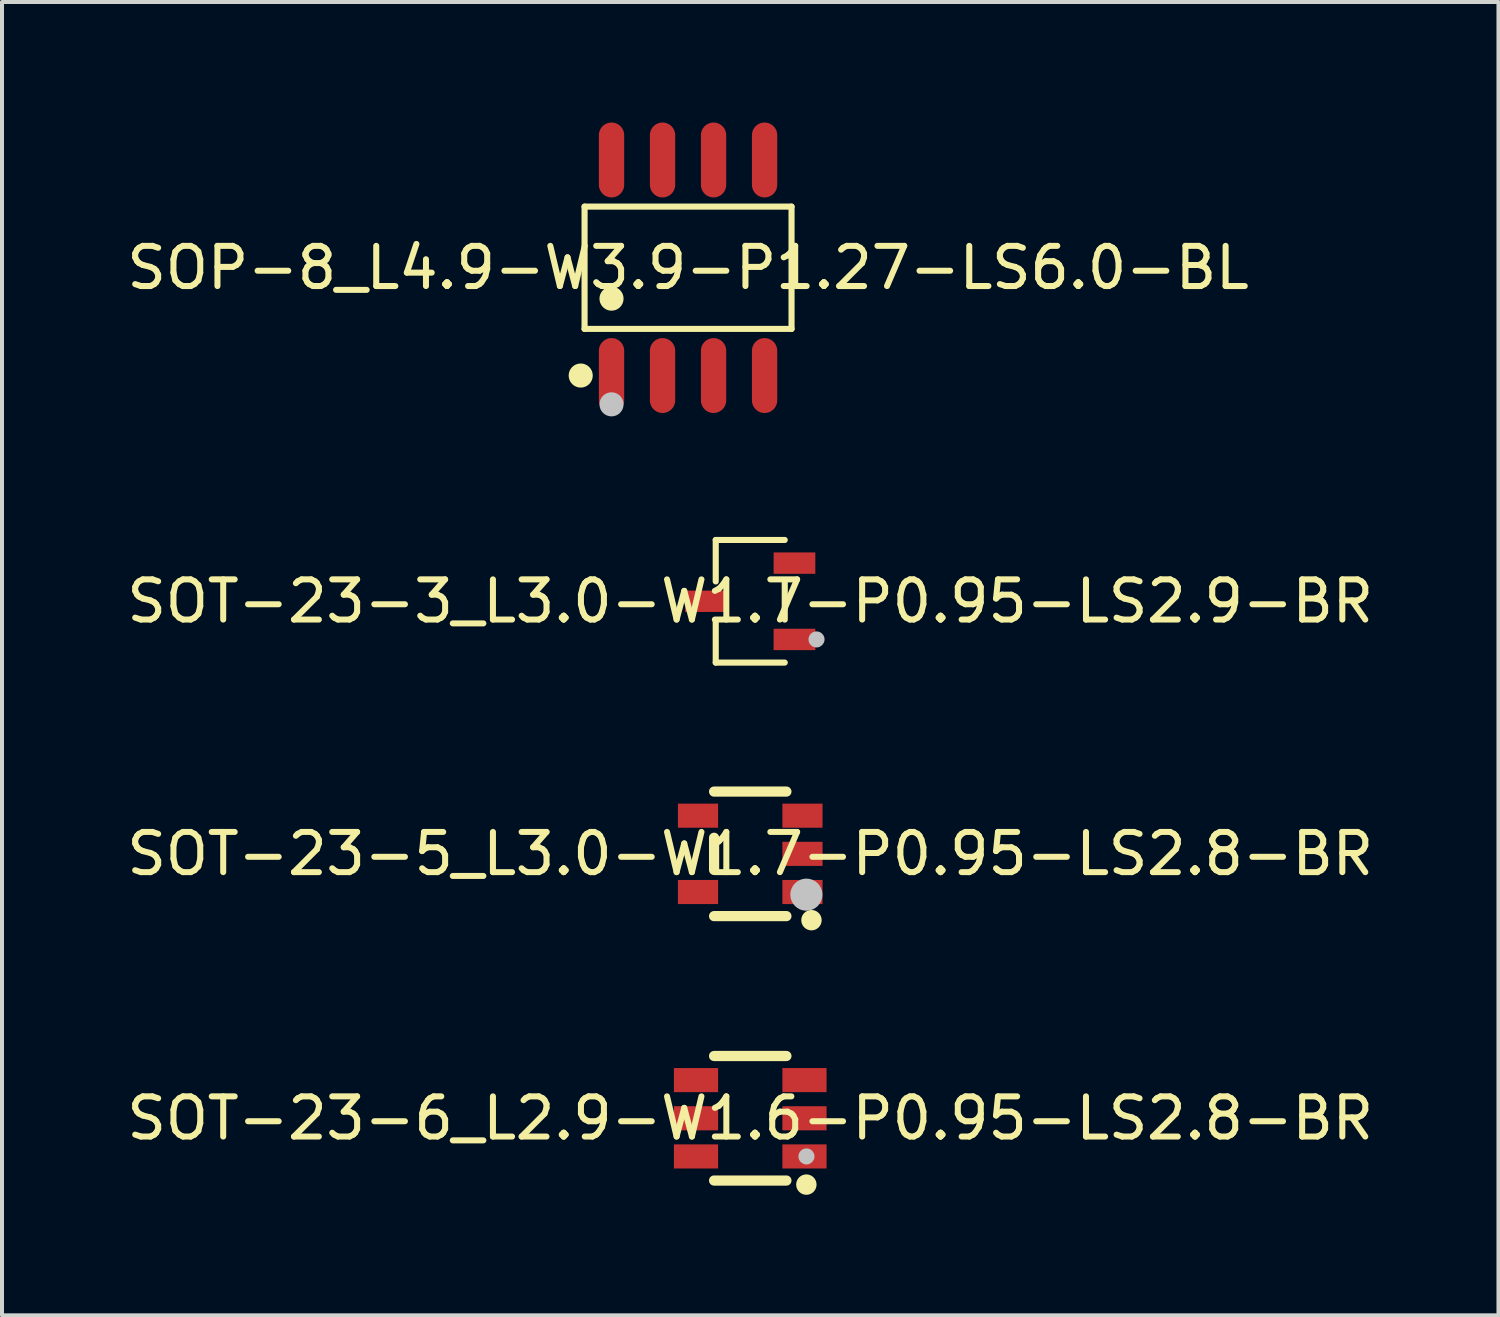
<source format=kicad_pcb>
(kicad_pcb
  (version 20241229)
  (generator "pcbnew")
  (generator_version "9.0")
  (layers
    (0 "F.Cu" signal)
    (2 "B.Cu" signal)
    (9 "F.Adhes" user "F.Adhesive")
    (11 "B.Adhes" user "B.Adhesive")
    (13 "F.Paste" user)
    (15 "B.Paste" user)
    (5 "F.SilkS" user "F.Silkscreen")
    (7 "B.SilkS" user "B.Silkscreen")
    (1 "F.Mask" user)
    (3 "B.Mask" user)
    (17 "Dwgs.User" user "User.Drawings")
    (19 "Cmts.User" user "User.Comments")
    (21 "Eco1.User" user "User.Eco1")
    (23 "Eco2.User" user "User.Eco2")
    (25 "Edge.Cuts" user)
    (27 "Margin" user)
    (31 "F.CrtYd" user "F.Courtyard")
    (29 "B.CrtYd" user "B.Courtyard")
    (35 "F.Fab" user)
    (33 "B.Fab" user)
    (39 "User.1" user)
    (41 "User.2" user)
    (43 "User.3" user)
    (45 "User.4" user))
  (footprint "SOP-8_L4.9-W3.9-P1.27-LS6.0-BL"
    (layer "F.Cu")
    (at 14.077 3.615)
    (property "Reference" "SOP-8_L4.9-W3.9-P1.27-LS6.0-BL" (at 0 0 0) (unlocked yes) (layer "F.SilkS") (effects (font (size 1 1) (thickness 0.15))))
    (fp_line (start -2.576 -1.522) (end 2.576 -1.522) (stroke (width 0.152) (type default)) (layer "F.SilkS"))
    (fp_line (start -2.576 1.522) (end -2.576 -1.522) (stroke (width 0.152) (type default)) (layer "F.SilkS"))
    (fp_line (start 2.576 -1.522) (end 2.576 1.522) (stroke (width 0.152) (type default)) (layer "F.SilkS"))
    (fp_line (start 2.576 1.522) (end -2.576 1.522) (stroke (width 0.152) (type default)) (layer "F.SilkS"))
    (fp_circle (center -2.672 2.683) (end -2.522 2.683) (stroke (width 0.3) (type default)) (fill no) (layer "F.SilkS"))
    (fp_circle (center -1.905 0.769) (end -1.755 0.769) (stroke (width 0.3) (type default)) (fill no) (layer "F.SilkS"))
    (fp_circle (center -1.905 3.4) (end -1.755 3.4) (stroke (width 0.3) (type default)) (fill no) (layer "Dwgs.User"))
    (fp_poly (pts (xy -2.115 -2.165) (xy -2.115 -3) (xy -1.695 -3) (xy -1.695 -2.165)) (stroke (width 0.1) (type default)) (fill no) (layer "User.1"))
    (fp_poly (pts (xy -2.115 -1.94) (xy -2.115 -2.175) (xy -1.695 -2.175) (xy -1.695 -1.94)) (stroke (width 0.1) (type default)) (fill no) (layer "User.1"))
    (fp_poly (pts (xy -2.115 2.175) (xy -2.115 1.94) (xy -1.695 1.94) (xy -1.695 2.175)) (stroke (width 0.1) (type default)) (fill no) (layer "User.1"))
    (fp_poly (pts (xy -2.115 3) (xy -2.115 2.165) (xy -1.695 2.165) (xy -1.695 3)) (stroke (width 0.1) (type default)) (fill no) (layer "User.1"))
    (fp_poly (pts (xy -0.845 -2.165) (xy -0.845 -3) (xy -0.425 -3) (xy -0.425 -2.165)) (stroke (width 0.1) (type default)) (fill no) (layer "User.1"))
    (fp_poly (pts (xy -0.845 -1.94) (xy -0.845 -2.175) (xy -0.425 -2.175) (xy -0.425 -1.94)) (stroke (width 0.1) (type default)) (fill no) (layer "User.1"))
    (fp_poly (pts (xy -0.845 2.175) (xy -0.845 1.94) (xy -0.425 1.94) (xy -0.425 2.175)) (stroke (width 0.1) (type default)) (fill no) (layer "User.1"))
    (fp_poly (pts (xy -0.845 3) (xy -0.845 2.165) (xy -0.425 2.165) (xy -0.425 3)) (stroke (width 0.1) (type default)) (fill no) (layer "User.1"))
    (fp_poly (pts (xy 0.425 -2.165) (xy 0.425 -3) (xy 0.845 -3) (xy 0.845 -2.165)) (stroke (width 0.1) (type default)) (fill no) (layer "User.1"))
    (fp_poly (pts (xy 0.425 -1.94) (xy 0.425 -2.175) (xy 0.845 -2.175) (xy 0.845 -1.94)) (stroke (width 0.1) (type default)) (fill no) (layer "User.1"))
    (fp_poly (pts (xy 0.425 2.175) (xy 0.425 1.94) (xy 0.845 1.94) (xy 0.845 2.175)) (stroke (width 0.1) (type default)) (fill no) (layer "User.1"))
    (fp_poly (pts (xy 0.425 3) (xy 0.425 2.165) (xy 0.845 2.165) (xy 0.845 3)) (stroke (width 0.1) (type default)) (fill no) (layer "User.1"))
    (fp_poly (pts (xy 1.695 -2.165) (xy 1.695 -3) (xy 2.115 -3) (xy 2.115 -2.165)) (stroke (width 0.1) (type default)) (fill no) (layer "User.1"))
    (fp_poly (pts (xy 1.695 -1.94) (xy 1.695 -2.175) (xy 2.115 -2.175) (xy 2.115 -1.94)) (stroke (width 0.1) (type default)) (fill no) (layer "User.1"))
    (fp_poly (pts (xy 1.695 2.175) (xy 1.695 1.94) (xy 2.115 1.94) (xy 2.115 2.175)) (stroke (width 0.1) (type default)) (fill no) (layer "User.1"))
    (fp_poly (pts (xy 1.695 3) (xy 1.695 2.165) (xy 2.115 2.165) (xy 2.115 3)) (stroke (width 0.1) (type default)) (fill no) (layer "User.1"))
    (fp_line (start -2.45 -1.95) (end 2.45 -1.95) (stroke (width 0.051) (type default)) (layer "User.2"))
    (fp_line (start -2.45 1.95) (end -2.45 -1.95) (stroke (width 0.051) (type default)) (layer "User.2"))
    (fp_line (start 2.45 -1.95) (end 2.45 1.95) (stroke (width 0.051) (type default)) (layer "User.2"))
    (fp_line (start 2.45 1.95) (end -2.45 1.95) (stroke (width 0.051) (type default)) (layer "User.2"))
    (fp_poly (pts (xy -2.39 3) (xy -2.408 2.958) (xy -2.45 2.94) (xy -2.492 2.958) (xy -2.51 3) (xy -2.492 3.042) (xy -2.45 3.06) (xy -2.408 3.042)) (stroke (width 0.1) (type default)) (fill no) (layer "User.3"))
    (pad "1" smd oval (at -1.905 2.683) (size 0.63 1.865) (layers "F.Cu" "F.Mask" "F.Paste"))
    (pad "2" smd oval (at -0.635 2.683) (size 0.63 1.865) (layers "F.Cu" "F.Mask" "F.Paste"))
    (pad "3" smd oval (at 0.635 2.683) (size 0.63 1.865) (layers "F.Cu" "F.Mask" "F.Paste"))
    (pad "4" smd oval (at 1.905 2.683) (size 0.63 1.865) (layers "F.Cu" "F.Mask" "F.Paste"))
    (pad "5" smd oval (at 1.905 -2.683) (size 0.63 1.865) (layers "F.Cu" "F.Mask" "F.Paste"))
    (pad "6" smd oval (at 0.635 -2.683) (size 0.63 1.865) (layers "F.Cu" "F.Mask" "F.Paste"))
    (pad "7" smd oval (at -0.635 -2.683) (size 0.63 1.865) (layers "F.Cu" "F.Mask" "F.Paste"))
    (pad "8" smd oval (at -1.905 -2.683) (size 0.63 1.865) (layers "F.Cu" "F.Mask" "F.Paste")))
  (footprint "SOT-23-6_L2.9-W1.6-P0.95-LS2.8-BR"
    (layer "F.Cu")
    (at 15.625 24.786)
    (property "Reference" "SOT-23-6_L2.9-W1.6-P0.95-LS2.8-BR" (at 0 0 0) (unlocked yes) (layer "F.SilkS") (effects (font (size 1 1) (thickness 0.15))))
    (fp_line (start -0.9 -1.55) (end 0.9 -1.55) (stroke (width 0.254) (type default)) (layer "F.SilkS"))
    (fp_line (start -0.9 1.55) (end 0.9 1.55) (stroke (width 0.254) (type default)) (layer "F.SilkS"))
    (fp_circle (center 1.397 1.651) (end 1.524 1.651) (stroke (width 0.254) (type default)) (fill no) (layer "F.SilkS"))
    (fp_circle (center 1.4 0.95) (end 1.5 0.95) (stroke (width 0.2) (type default)) (fill no) (layer "Dwgs.User"))
    (fp_poly (pts (xy -0.935 -0.735) (xy -0.935 -1.165) (xy -0.79 -1.165) (xy -0.79 -0.735)) (stroke (width 0.1) (type default)) (fill no) (layer "User.1"))
    (fp_poly (pts (xy -0.935 0.215) (xy -0.935 -0.215) (xy -0.79 -0.215) (xy -0.79 0.215)) (stroke (width 0.1) (type default)) (fill no) (layer "User.1"))
    (fp_poly (pts (xy -0.935 1.165) (xy -0.935 0.735) (xy -0.79 0.735) (xy -0.79 1.165)) (stroke (width 0.1) (type default)) (fill no) (layer "User.1"))
    (fp_poly (pts (xy -0.925 -0.735) (xy -0.925 -1.165) (xy -1.4 -1.165) (xy -1.4 -0.735)) (stroke (width 0.1) (type default)) (fill no) (layer "User.1"))
    (fp_poly (pts (xy -0.925 0.215) (xy -0.925 -0.215) (xy -1.4 -0.215) (xy -1.4 0.215)) (stroke (width 0.1) (type default)) (fill no) (layer "User.1"))
    (fp_poly (pts (xy -0.925 1.165) (xy -0.925 0.735) (xy -1.4 0.735) (xy -1.4 1.165)) (stroke (width 0.1) (type default)) (fill no) (layer "User.1"))
    (fp_poly (pts (xy 0.925 -0.735) (xy 0.925 -1.165) (xy 1.4 -1.165) (xy 1.4 -0.735)) (stroke (width 0.1) (type default)) (fill no) (layer "User.1"))
    (fp_poly (pts (xy 0.925 0.215) (xy 0.925 -0.215) (xy 1.4 -0.215) (xy 1.4 0.215)) (stroke (width 0.1) (type default)) (fill no) (layer "User.1"))
    (fp_poly (pts (xy 0.925 1.165) (xy 0.925 0.735) (xy 1.4 0.735) (xy 1.4 1.165)) (stroke (width 0.1) (type default)) (fill no) (layer "User.1"))
    (fp_poly (pts (xy 0.935 -1.165) (xy 0.935 -0.735) (xy 0.79 -0.735) (xy 0.79 -1.165)) (stroke (width 0.1) (type default)) (fill no) (layer "User.1"))
    (fp_poly (pts (xy 0.935 -0.215) (xy 0.935 0.215) (xy 0.79 0.215) (xy 0.79 -0.215)) (stroke (width 0.1) (type default)) (fill no) (layer "User.1"))
    (fp_poly (pts (xy 0.935 0.735) (xy 0.935 1.165) (xy 0.79 1.165) (xy 0.79 0.735)) (stroke (width 0.1) (type default)) (fill no) (layer "User.1"))
    (fp_line (start -0.8 -1.45) (end 0.8 -1.45) (stroke (width 0.051) (type default)) (layer "User.2"))
    (fp_line (start -0.8 1.45) (end -0.8 -1.45) (stroke (width 0.051) (type default)) (layer "User.2"))
    (fp_line (start 0.8 -1.45) (end 0.8 1.45) (stroke (width 0.051) (type default)) (layer "User.2"))
    (fp_line (start 0.8 1.45) (end -0.8 1.45) (stroke (width 0.051) (type default)) (layer "User.2"))
    (fp_poly (pts (xy -1.34 1.45) (xy -1.358 1.408) (xy -1.4 1.39) (xy -1.442 1.408) (xy -1.46 1.45) (xy -1.442 1.492) (xy -1.4 1.51) (xy -1.358 1.492)) (stroke (width 0.1) (type default)) (fill no) (layer "User.3"))
    (pad "1" smd rect (at 1.35 0.95) (size 1.1 0.6) (layers "F.Cu" "F.Mask" "F.Paste"))
    (pad "2" smd rect (at 1.35 0) (size 1.1 0.6) (layers "F.Cu" "F.Mask" "F.Paste"))
    (pad "3" smd rect (at 1.35 -0.95) (size 1.1 0.6) (layers "F.Cu" "F.Mask" "F.Paste"))
    (pad "4" smd rect (at -1.35 -0.95) (size 1.1 0.6) (layers "F.Cu" "F.Mask" "F.Paste"))
    (pad "5" smd rect (at -1.35 0) (size 1.1 0.6) (layers "F.Cu" "F.Mask" "F.Paste"))
    (pad "6" smd rect (at -1.35 0.95) (size 1.1 0.6) (layers "F.Cu" "F.Mask" "F.Paste")))
  (footprint "SOT-23-3_L3.0-W1.7-P0.95-LS2.9-BR"
    (layer "F.Cu")
    (at 15.625 11.917)
    (property "Reference" "SOT-23-3_L3.0-W1.7-P0.95-LS2.9-BR" (at 0 0 0) (unlocked yes) (layer "F.SilkS") (effects (font (size 1 1) (thickness 0.15))))
    (fp_line (start -0.859 -1.526) (end -0.859 -0.494) (stroke (width 0.152) (type default)) (layer "F.SilkS"))
    (fp_line (start -0.859 1.526) (end -0.859 0.494) (stroke (width 0.152) (type default)) (layer "F.SilkS"))
    (fp_line (start 0.859 -1.526) (end -0.859 -1.526) (stroke (width 0.152) (type default)) (layer "F.SilkS"))
    (fp_line (start 0.859 -0.456) (end 0.859 0.456) (stroke (width 0.152) (type default)) (layer "F.SilkS"))
    (fp_line (start 0.859 1.526) (end -0.859 1.526) (stroke (width 0.152) (type default)) (layer "F.SilkS"))
    (fp_circle (center 1.65 0.95) (end 1.75 0.95) (stroke (width 0.2) (type default)) (fill no) (layer "Dwgs.User"))
    (fp_poly (pts (xy -1.425 0.188) (xy -1.425 -0.188) (xy -1 -0.188) (xy -1 0.188)) (stroke (width 0.1) (type default)) (fill no) (layer "User.1"))
    (fp_poly (pts (xy -1.01 0.188) (xy -1.01 -0.188) (xy -0.815 -0.188) (xy -0.815 0.188)) (stroke (width 0.1) (type default)) (fill no) (layer "User.1"))
    (fp_poly (pts (xy 0.815 -0.762) (xy 0.815 -1.137) (xy 1.01 -1.137) (xy 1.01 -0.762)) (stroke (width 0.1) (type default)) (fill no) (layer "User.1"))
    (fp_poly (pts (xy 0.815 1.137) (xy 0.815 0.762) (xy 1.01 0.762) (xy 1.01 1.137)) (stroke (width 0.1) (type default)) (fill no) (layer "User.1"))
    (fp_poly (pts (xy 1 -0.762) (xy 1 -1.137) (xy 1.425 -1.137) (xy 1.425 -0.762)) (stroke (width 0.1) (type default)) (fill no) (layer "User.1"))
    (fp_poly (pts (xy 1 1.137) (xy 1 0.762) (xy 1.425 0.762) (xy 1.425 1.137)) (stroke (width 0.1) (type default)) (fill no) (layer "User.1"))
    (fp_line (start -0.85 -1.5) (end 0.85 -1.5) (stroke (width 0.051) (type default)) (layer "User.2"))
    (fp_line (start -0.85 1.5) (end -0.85 -1.5) (stroke (width 0.051) (type default)) (layer "User.2"))
    (fp_line (start 0.85 -1.5) (end 0.85 1.5) (stroke (width 0.051) (type default)) (layer "User.2"))
    (fp_line (start 0.85 1.5) (end -0.85 1.5) (stroke (width 0.051) (type default)) (layer "User.2"))
    (fp_poly (pts (xy 1.485 1.5) (xy 1.467 1.458) (xy 1.425 1.44) (xy 1.383 1.458) (xy 1.365 1.5) (xy 1.383 1.542) (xy 1.425 1.56) (xy 1.467 1.542)) (stroke (width 0.1) (type default)) (fill no) (layer "User.3"))
    (pad "1" smd rect (at 1.101 0.95) (size 1.038 0.532) (layers "F.Cu" "F.Mask" "F.Paste"))
    (pad "2" smd rect (at 1.101 -0.95) (size 1.038 0.532) (layers "F.Cu" "F.Mask" "F.Paste"))
    (pad "3" smd rect (at -1.101 0) (size 1.038 0.532) (layers "F.Cu" "F.Mask" "F.Paste")))
  (footprint "SOT-23-5_L3.0-W1.7-P0.95-LS2.8-BR"
    (layer "F.Cu")
    (at 15.625 18.204)
    (property "Reference" "SOT-23-5_L3.0-W1.7-P0.95-LS2.8-BR" (at 0 0 0) (unlocked yes) (layer "F.SilkS") (effects (font (size 1 1) (thickness 0.15))))
    (fp_line (start -0.9 -1.55) (end 0.9 -1.55) (stroke (width 0.254) (type default)) (layer "F.SilkS"))
    (fp_line (start -0.9 0.4) (end -0.9 -0.4) (stroke (width 0.254) (type default)) (layer "F.SilkS"))
    (fp_line (start -0.9 1.55) (end 0.9 1.55) (stroke (width 0.254) (type default)) (layer "F.SilkS"))
    (fp_circle (center 1.524 1.651) (end 1.651 1.651) (stroke (width 0.254) (type default)) (fill no) (layer "F.SilkS"))
    (fp_circle (center 1.397 1.016) (end 1.597 1.016) (stroke (width 0.4) (type default)) (fill no) (layer "Dwgs.User"))
    (fp_poly (pts (xy -1.4 -0.75) (xy -1.4 -1.15) (xy -0.95 -1.15) (xy -0.95 -0.75)) (stroke (width 0.1) (type default)) (fill no) (layer "User.1"))
    (fp_poly (pts (xy -1.4 1.15) (xy -1.4 0.75) (xy -0.95 0.75) (xy -0.95 1.15)) (stroke (width 0.1) (type default)) (fill no) (layer "User.1"))
    (fp_poly (pts (xy -0.96 -0.75) (xy -0.96 -1.15) (xy -0.79 -1.15) (xy -0.79 -0.75)) (stroke (width 0.1) (type default)) (fill no) (layer "User.1"))
    (fp_poly (pts (xy -0.96 1.15) (xy -0.96 0.75) (xy -0.79 0.75) (xy -0.79 1.15)) (stroke (width 0.1) (type default)) (fill no) (layer "User.1"))
    (fp_poly (pts (xy 0.79 -0.75) (xy 0.79 -1.15) (xy 0.96 -1.15) (xy 0.96 -0.75)) (stroke (width 0.1) (type default)) (fill no) (layer "User.1"))
    (fp_poly (pts (xy 0.79 0.2) (xy 0.79 -0.2) (xy 0.96 -0.2) (xy 0.96 0.2)) (stroke (width 0.1) (type default)) (fill no) (layer "User.1"))
    (fp_poly (pts (xy 0.79 1.15) (xy 0.79 0.75) (xy 0.96 0.75) (xy 0.96 1.15)) (stroke (width 0.1) (type default)) (fill no) (layer "User.1"))
    (fp_poly (pts (xy 0.95 -0.75) (xy 0.95 -1.15) (xy 1.4 -1.15) (xy 1.4 -0.75)) (stroke (width 0.1) (type default)) (fill no) (layer "User.1"))
    (fp_poly (pts (xy 0.95 0.2) (xy 0.95 -0.2) (xy 1.4 -0.2) (xy 1.4 0.2)) (stroke (width 0.1) (type default)) (fill no) (layer "User.1"))
    (fp_poly (pts (xy 0.95 1.15) (xy 0.95 0.75) (xy 1.4 0.75) (xy 1.4 1.15)) (stroke (width 0.1) (type default)) (fill no) (layer "User.1"))
    (fp_line (start -0.8 -1.45) (end 0.8 -1.45) (stroke (width 0.051) (type default)) (layer "User.2"))
    (fp_line (start -0.8 1.45) (end -0.8 -1.45) (stroke (width 0.051) (type default)) (layer "User.2"))
    (fp_line (start 0.8 -1.45) (end 0.8 1.45) (stroke (width 0.051) (type default)) (layer "User.2"))
    (fp_line (start 0.8 1.45) (end -0.8 1.45) (stroke (width 0.051) (type default)) (layer "User.2"))
    (fp_poly (pts (xy 1.46 1.45) (xy 1.442 1.408) (xy 1.4 1.39) (xy 1.358 1.408) (xy 1.34 1.45) (xy 1.358 1.492) (xy 1.4 1.51) (xy 1.442 1.492)) (stroke (width 0.1) (type default)) (fill no) (layer "User.3"))
    (pad "1" smd rect (at 1.3 0.95) (size 1 0.6) (layers "F.Cu" "F.Mask" "F.Paste"))
    (pad "2" smd rect (at 1.3 0) (size 1 0.6) (layers "F.Cu" "F.Mask" "F.Paste"))
    (pad "3" smd rect (at 1.3 -0.95) (size 1 0.6) (layers "F.Cu" "F.Mask" "F.Paste"))
    (pad "4" smd rect (at -1.3 -0.95) (size 1 0.6) (layers "F.Cu" "F.Mask" "F.Paste"))
    (pad "5" smd rect (at -1.3 0.95) (size 1 0.6) (layers "F.Cu" "F.Mask" "F.Paste")))
  (gr_rect
    (start -3 -3)
    (end 34.25 29.691)
    (stroke (width 0.1) (type default))
    (fill no)
    (layer "Edge.Cuts")))
</source>
